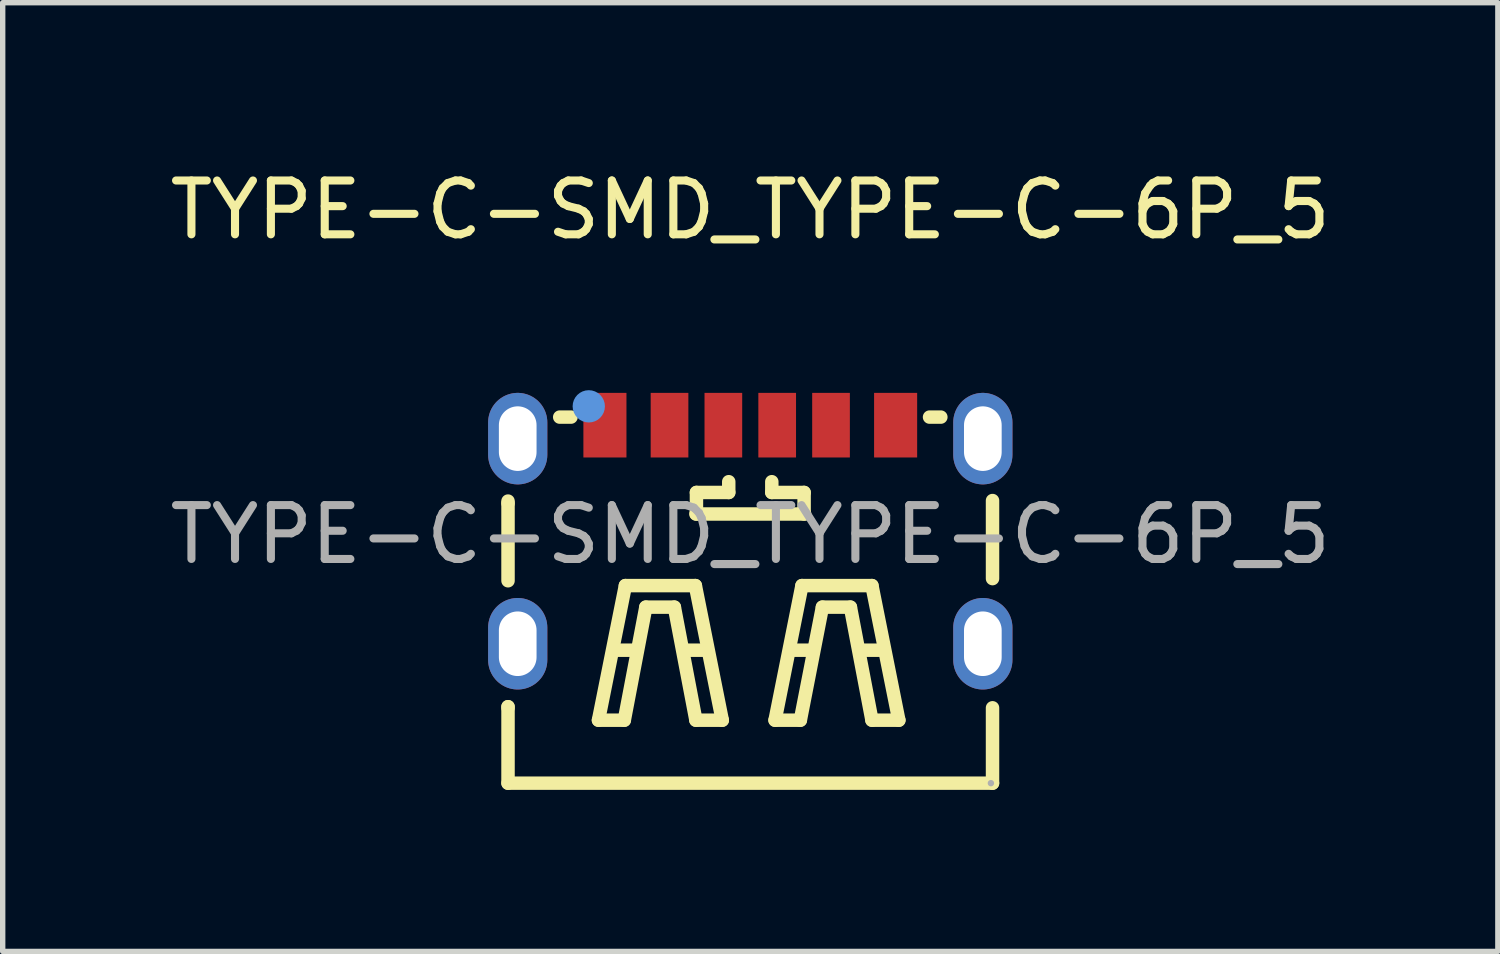
<source format=kicad_pcb>
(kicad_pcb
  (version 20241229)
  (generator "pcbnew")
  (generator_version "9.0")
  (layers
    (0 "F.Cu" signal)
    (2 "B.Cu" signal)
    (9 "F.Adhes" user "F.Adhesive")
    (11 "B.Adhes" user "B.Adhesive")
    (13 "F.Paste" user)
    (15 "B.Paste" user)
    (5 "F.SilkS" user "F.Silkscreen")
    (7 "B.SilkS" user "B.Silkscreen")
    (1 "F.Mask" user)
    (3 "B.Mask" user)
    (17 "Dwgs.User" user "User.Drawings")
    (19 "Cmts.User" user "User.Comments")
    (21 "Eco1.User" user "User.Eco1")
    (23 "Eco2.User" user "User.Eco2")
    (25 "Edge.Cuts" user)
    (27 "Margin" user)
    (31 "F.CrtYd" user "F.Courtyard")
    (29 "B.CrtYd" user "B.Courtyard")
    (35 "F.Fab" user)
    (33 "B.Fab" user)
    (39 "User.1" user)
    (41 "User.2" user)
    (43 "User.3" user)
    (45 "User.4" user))
  (footprint "TYPE-C-SMD_TYPE-C-6P_5"
    (layer "F.Cu")
    (at 10.887 6.878)
    (property "Reference" "TYPE-C-SMD_TYPE-C-6P_5" (at 0 -6.03 0) (layer "F.SilkS") (effects (font (size 1 1) (thickness 0.15))))
    (attr smd)
    (fp_line (start -4.5 -0.58) (end -4.5 -0.62) (stroke (width 0.25) (type solid)) (layer "F.SilkS"))
    (fp_line (start -4.5 -0.58) (end -4.5 0.86) (stroke (width 0.25) (type solid)) (layer "F.SilkS"))
    (fp_line (start -4.5 3.2) (end -4.5 4.62) (stroke (width 0.25) (type solid)) (layer "F.SilkS"))
    (fp_line (start -4.5 3.22) (end -4.5 3.2) (stroke (width 0.25) (type solid)) (layer "F.SilkS"))
    (fp_line (start -4.5 4.62) (end 4.5 4.62) (stroke (width 0.25) (type solid)) (layer "F.SilkS"))
    (fp_line (start -3.54 -2.18) (end -3.33 -2.18) (stroke (width 0.25) (type solid)) (layer "F.SilkS"))
    (fp_line (start -2.82 3.45) (end -2.32 0.95) (stroke (width 0.25) (type solid)) (layer "F.SilkS"))
    (fp_line (start -2.52 2.15) (end -2.12 2.15) (stroke (width 0.25) (type solid)) (layer "F.SilkS"))
    (fp_line (start -2.34 3.45) (end -2.82 3.45) (stroke (width 0.25) (type solid)) (layer "F.SilkS"))
    (fp_line (start -2.32 0.95) (end -1.02 0.95) (stroke (width 0.25) (type solid)) (layer "F.SilkS"))
    (fp_line (start -1.94 1.35) (end -2.34 3.45) (stroke (width 0.25) (type solid)) (layer "F.SilkS"))
    (fp_line (start -1.41 1.35) (end -1.94 1.35) (stroke (width 0.25) (type solid)) (layer "F.SilkS"))
    (fp_line (start -1.22 2.15) (end -0.82 2.15) (stroke (width 0.25) (type solid)) (layer "F.SilkS"))
    (fp_line (start -1.02 0.95) (end -0.52 3.45) (stroke (width 0.25) (type solid)) (layer "F.SilkS"))
    (fp_line (start -1.01 -0.38) (end 1.01 -0.38) (stroke (width 0.25) (type solid)) (layer "F.SilkS"))
    (fp_line (start -1.01 3.45) (end -1.41 1.35) (stroke (width 0.25) (type solid)) (layer "F.SilkS"))
    (fp_line (start -1 -0.78) (end -0.4 -0.78) (stroke (width 0.25) (type solid)) (layer "F.SilkS"))
    (fp_line (start -1 -0.38) (end -1 -0.78) (stroke (width 0.25) (type solid)) (layer "F.SilkS"))
    (fp_line (start -0.52 3.45) (end -1.01 3.45) (stroke (width 0.25) (type solid)) (layer "F.SilkS"))
    (fp_line (start -0.4 -0.78) (end -0.4 -0.98) (stroke (width 0.25) (type solid)) (layer "F.SilkS"))
    (fp_line (start 0.4 -0.78) (end 0.4 -0.98) (stroke (width 0.25) (type solid)) (layer "F.SilkS"))
    (fp_line (start 0.46 3.45) (end 0.96 0.95) (stroke (width 0.25) (type solid)) (layer "F.SilkS"))
    (fp_line (start 0.76 2.15) (end 1.16 2.15) (stroke (width 0.25) (type solid)) (layer "F.SilkS"))
    (fp_line (start 0.93 3.45) (end 0.46 3.45) (stroke (width 0.25) (type solid)) (layer "F.SilkS"))
    (fp_line (start 0.96 0.95) (end 2.26 0.95) (stroke (width 0.25) (type solid)) (layer "F.SilkS"))
    (fp_line (start 1 -0.78) (end 0.4 -0.78) (stroke (width 0.25) (type solid)) (layer "F.SilkS"))
    (fp_line (start 1 -0.38) (end 1 -0.78) (stroke (width 0.25) (type solid)) (layer "F.SilkS"))
    (fp_line (start 1.34 1.35) (end 0.93 3.45) (stroke (width 0.25) (type solid)) (layer "F.SilkS"))
    (fp_line (start 1.86 1.35) (end 1.34 1.35) (stroke (width 0.25) (type solid)) (layer "F.SilkS"))
    (fp_line (start 2.06 2.15) (end 2.46 2.15) (stroke (width 0.25) (type solid)) (layer "F.SilkS"))
    (fp_line (start 2.26 0.95) (end 2.76 3.45) (stroke (width 0.25) (type solid)) (layer "F.SilkS"))
    (fp_line (start 2.26 3.45) (end 1.86 1.35) (stroke (width 0.25) (type solid)) (layer "F.SilkS"))
    (fp_line (start 2.76 3.45) (end 2.26 3.45) (stroke (width 0.25) (type solid)) (layer "F.SilkS"))
    (fp_line (start 3.33 -2.18) (end 3.54 -2.18) (stroke (width 0.25) (type solid)) (layer "F.SilkS"))
    (fp_line (start 4.5 0.82) (end 4.5 -0.63) (stroke (width 0.25) (type solid)) (layer "F.SilkS"))
    (fp_line (start 4.5 4.62) (end 4.5 3.22) (stroke (width 0.25) (type solid)) (layer "F.SilkS"))
    (fp_circle (center -3 -2.38) (end -2.85 -2.38) (stroke (width 0.3) (type solid)) (fill no) (layer "Cmts.User"))
    (fp_circle (center 4.47 4.62) (end 4.5 4.62) (stroke (width 0.06) (type solid)) (fill no) (layer "F.Fab"))
    (fp_text user "${REFERENCE}" (at 0 0 0) (layer "F.Fab") (effects (font (size 1 1) (thickness 0.15))))
    (pad "7" thru_hole oval (at -4.32 -1.78) (size 1.1 1.7) (drill oval 0.7 1.2) (layers "*.Cu" "*.Mask"))
    (pad "7" thru_hole oval (at -4.32 2.03) (size 1.1 1.7) (drill oval 0.7 1.2) (layers "*.Cu" "*.Mask"))
    (pad "7" thru_hole oval (at 4.32 -1.78) (size 1.1 1.7) (drill oval 0.7 1.2) (layers "*.Cu" "*.Mask"))
    (pad "7" thru_hole oval (at 4.32 2.03) (size 1.1 1.7) (drill oval 0.7 1.2) (layers "*.Cu" "*.Mask"))
    (pad "A5" smd rect (at -0.5 -2.03) (size 0.7 1.2) (layers "F.Cu" "F.Mask" "F.Paste"))
    (pad "A9" smd rect (at 1.5 -2.03) (size 0.7 1.2) (layers "F.Cu" "F.Mask" "F.Paste"))
    (pad "A12" smd rect (at 2.7 -2.03) (size 0.8 1.2) (layers "F.Cu" "F.Mask" "F.Paste"))
    (pad "B5" smd rect (at 0.5 -2.03) (size 0.7 1.2) (layers "F.Cu" "F.Mask" "F.Paste"))
    (pad "B9" smd rect (at -1.5 -2.03) (size 0.7 1.2) (layers "F.Cu" "F.Mask" "F.Paste"))
    (pad "B12" smd rect (at -2.7 -2.03) (size 0.8 1.2) (layers "F.Cu" "F.Mask" "F.Paste")))
  (gr_rect
    (start -3 -3)
    (end 24.774 14.623)
    (stroke (width 0.1) (type default))
    (fill no)
    (layer "Edge.Cuts")))
</source>
